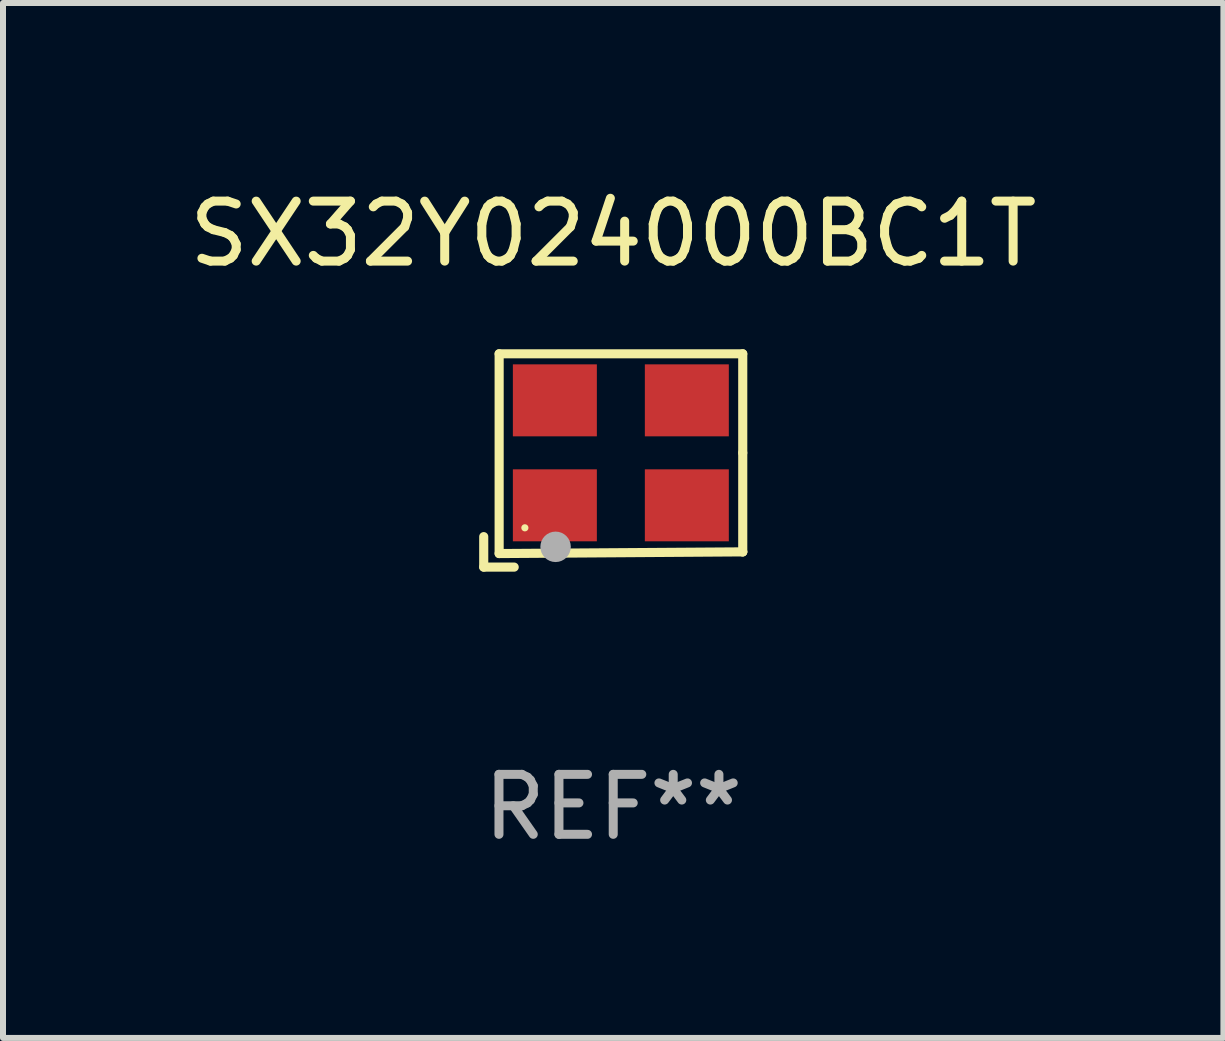
<source format=kicad_pcb>
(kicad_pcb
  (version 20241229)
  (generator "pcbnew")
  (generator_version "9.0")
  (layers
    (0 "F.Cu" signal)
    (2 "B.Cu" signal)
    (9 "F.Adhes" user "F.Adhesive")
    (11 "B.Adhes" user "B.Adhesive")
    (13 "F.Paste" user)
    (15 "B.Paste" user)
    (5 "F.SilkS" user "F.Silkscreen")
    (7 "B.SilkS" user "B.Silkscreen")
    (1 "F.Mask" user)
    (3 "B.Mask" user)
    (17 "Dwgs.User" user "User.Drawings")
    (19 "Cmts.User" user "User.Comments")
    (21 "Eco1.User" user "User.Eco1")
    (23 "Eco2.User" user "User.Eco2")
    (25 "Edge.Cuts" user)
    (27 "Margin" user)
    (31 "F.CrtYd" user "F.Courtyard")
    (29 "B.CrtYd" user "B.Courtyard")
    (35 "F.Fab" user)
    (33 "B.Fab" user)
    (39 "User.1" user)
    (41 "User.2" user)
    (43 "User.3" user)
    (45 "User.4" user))
  (footprint "SX32Y024000BC1T"
    (layer "F.Cu")
    (at 7.173 4.626)
    (property "Reference" "SX32Y024000BC1T" (at 0 -3.778 0) (layer "F.SilkS") (effects (font (size 1 1) (thickness 0.15))))
    (attr through_hole)
    (fp_line (start -2.159 1.27) (end -2.159 1.778) (stroke (width 0.152) (type solid)) (layer "F.SilkS"))
    (fp_line (start -2.159 1.778) (end -1.651 1.778) (stroke (width 0.152) (type solid)) (layer "F.SilkS"))
    (fp_line (start -1.902 -1.778) (end 2.159 -1.778) (stroke (width 0.152) (type solid)) (layer "F.SilkS"))
    (fp_line (start -1.902 1.552) (end -1.902 -1.778) (stroke (width 0.152) (type solid)) (layer "F.SilkS"))
    (fp_line (start 2.159 -1.778) (end 2.159 -0.127) (stroke (width 0.152) (type solid)) (layer "F.SilkS"))
    (fp_line (start 2.159 -0.127) (end 2.159 1.524) (stroke (width 0.152) (type solid)) (layer "F.SilkS"))
    (fp_line (start 2.159 1.524) (end -1.902 1.552) (stroke (width 0.152) (type solid)) (layer "F.SilkS"))
    (fp_line (start 2.159 1.524) (end 2.159 1.524) (stroke (width 0.152) (type solid)) (layer "F.SilkS"))
    (fp_circle (center -1.473 1.123) (end -1.443 1.123) (stroke (width 0.06) (type solid)) (fill no) (layer "F.SilkS"))
    (fp_circle (center -0.961 1.44) (end -0.834 1.44) (stroke (width 0.254) (type solid)) (fill no) (layer "F.Fab"))
    (fp_text user "REF**" (at 0 5.778 0) (layer "F.Fab") (effects (font (size 1 1) (thickness 0.15))))
    (pad "1" smd rect (at -0.973 0.748) (size 1.4 1.2) (layers "F.Cu" "F.Mask" "F.Paste"))
    (pad "2" smd rect (at 1.227 0.748) (size 1.4 1.2) (layers "F.Cu" "F.Mask" "F.Paste"))
    (pad "3" smd rect (at 1.227 -1.002) (size 1.4 1.2) (layers "F.Cu" "F.Mask" "F.Paste"))
    (pad "4" smd rect (at -0.973 -1.002) (size 1.4 1.2) (layers "F.Cu" "F.Mask" "F.Paste")))
  (gr_rect
    (start -3 -3)
    (end 17.345 14.253)
    (stroke (width 0.1) (type default))
    (fill no)
    (layer "Edge.Cuts")))
</source>
